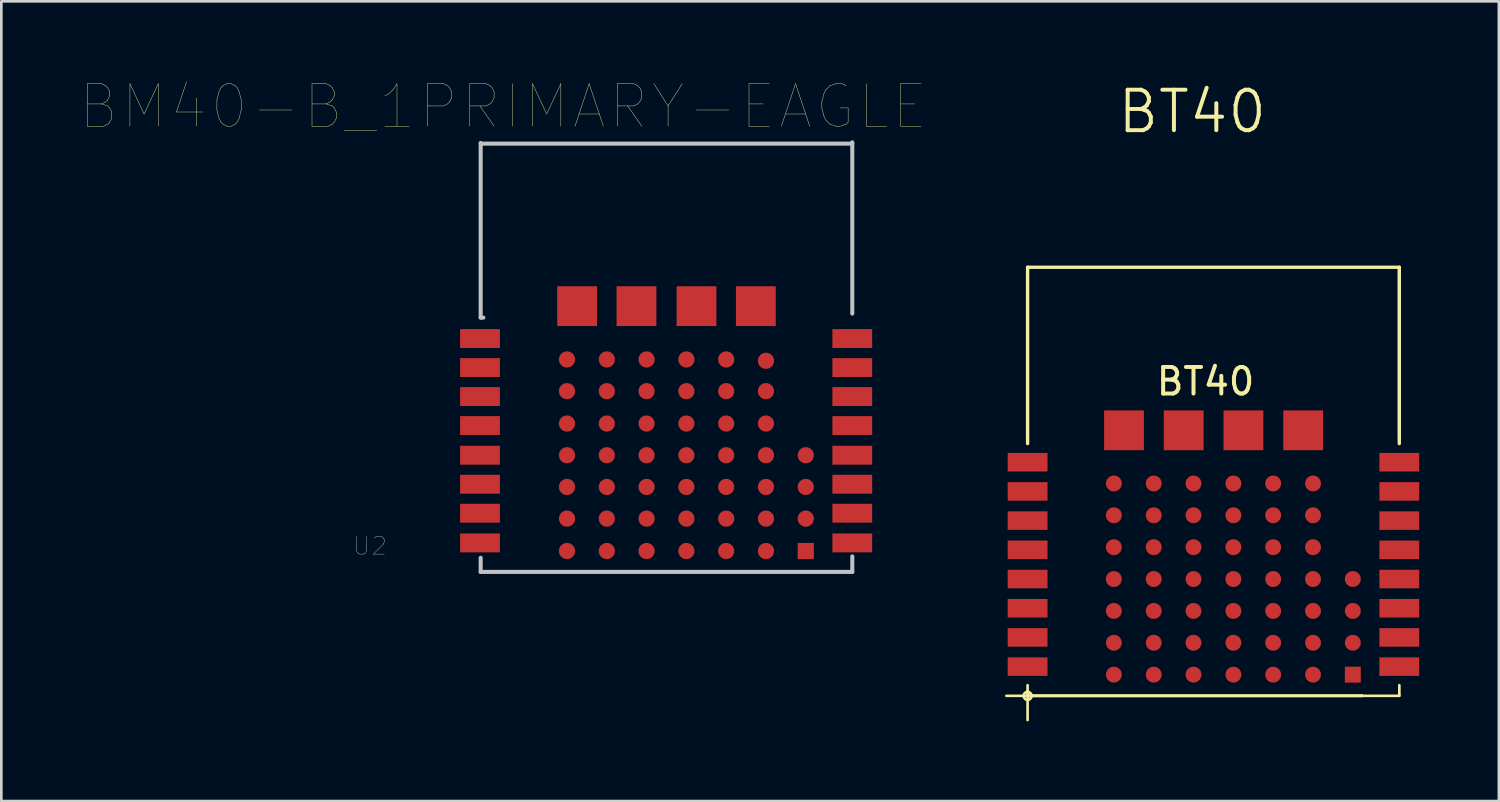
<source format=kicad_pcb>
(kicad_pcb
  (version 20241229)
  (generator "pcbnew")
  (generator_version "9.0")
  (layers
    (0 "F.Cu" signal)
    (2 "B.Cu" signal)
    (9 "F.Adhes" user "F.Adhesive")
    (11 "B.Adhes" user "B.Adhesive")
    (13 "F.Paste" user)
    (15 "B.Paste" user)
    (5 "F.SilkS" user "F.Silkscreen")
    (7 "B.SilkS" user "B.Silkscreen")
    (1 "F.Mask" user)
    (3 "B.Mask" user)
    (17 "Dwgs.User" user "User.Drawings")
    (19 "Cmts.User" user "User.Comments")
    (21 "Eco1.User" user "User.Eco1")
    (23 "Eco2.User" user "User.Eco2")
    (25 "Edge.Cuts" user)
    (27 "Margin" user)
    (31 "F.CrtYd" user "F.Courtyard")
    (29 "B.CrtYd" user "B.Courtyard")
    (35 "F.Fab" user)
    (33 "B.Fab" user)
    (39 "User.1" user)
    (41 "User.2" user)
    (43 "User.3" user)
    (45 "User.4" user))
  (footprint "BM40-B_1PRIMARY-EAGLE"
    (layer "F.Cu")
    (at 15.052 18.488)
    (property "Reference" "BM40-B_1PRIMARY-EAGLE" (at 0.848 -17.526 0) (layer "F.SilkS") (effects (font (size 1.6 1.6) (thickness 0.015))))
    (attr through_hole)
    (fp_line (start 0 -16.129) (end 13.995 -16.129) (stroke (width 0.152) (type solid)) (layer "Dwgs.User"))
    (fp_line (start 0 -9.576) (end 0 -16.154) (stroke (width 0.152) (type solid)) (layer "Dwgs.User"))
    (fp_line (start 0 -9.576) (end 0.102 -9.576) (stroke (width 0.152) (type solid)) (layer "Dwgs.User"))
    (fp_line (start 0 0) (end 0 -0.533) (stroke (width 0.152) (type solid)) (layer "Dwgs.User"))
    (fp_line (start 0 0) (end 13.995 0) (stroke (width 0.152) (type solid)) (layer "Dwgs.User"))
    (fp_line (start 13.995 -9.728) (end 13.995 -16.18) (stroke (width 0.152) (type solid)) (layer "Dwgs.User"))
    (fp_line (start 13.995 0) (end 13.995 -0.584) (stroke (width 0.152) (type solid)) (layer "Dwgs.User"))
    (fp_text user "U2" (at -4.168 -0.978 0) (layer "Dwgs.User") (effects (font (size 0.667 0.667) (thickness 0.015))))
    (pad "1" smd rect (at -0.025 -8.788) (size 1.499 0.711) (layers "F.Cu" "F.Mask" "F.Paste"))
    (pad "2" smd rect (at -0.025 -7.696) (size 1.499 0.711) (layers "F.Cu" "F.Mask" "F.Paste"))
    (pad "3" smd rect (at -0.025 -6.604) (size 1.499 0.711) (layers "F.Cu" "F.Mask" "F.Paste"))
    (pad "4" smd rect (at -0.025 -5.512) (size 1.499 0.711) (layers "F.Cu" "F.Mask" "F.Paste"))
    (pad "5" smd rect (at -0.025 -4.394) (size 1.499 0.711) (layers "F.Cu" "F.Mask" "F.Paste"))
    (pad "6" smd rect (at -0.025 -3.302) (size 1.499 0.711) (layers "F.Cu" "F.Mask" "F.Paste"))
    (pad "7" smd rect (at -0.025 -2.21) (size 1.499 0.711) (layers "F.Cu" "F.Mask" "F.Paste"))
    (pad "8" smd rect (at -0.025 -1.092) (size 1.499 0.711) (layers "F.Cu" "F.Mask" "F.Paste"))
    (pad "9" smd rect (at 13.995 -1.092) (size 1.499 0.711) (layers "F.Cu" "F.Mask" "F.Paste"))
    (pad "10" smd rect (at 13.995 -2.21) (size 1.499 0.711) (layers "F.Cu" "F.Mask" "F.Paste"))
    (pad "11" smd rect (at 13.995 -3.302) (size 1.499 0.711) (layers "F.Cu" "F.Mask" "F.Paste"))
    (pad "12" smd rect (at 13.995 -4.394) (size 1.499 0.711) (layers "F.Cu" "F.Mask" "F.Paste"))
    (pad "13" smd rect (at 13.995 -5.512) (size 1.499 0.711) (layers "F.Cu" "F.Mask" "F.Paste"))
    (pad "14" smd rect (at 13.995 -6.604) (size 1.499 0.711) (layers "F.Cu" "F.Mask" "F.Paste"))
    (pad "15" smd rect (at 13.995 -7.696) (size 1.499 0.711) (layers "F.Cu" "F.Mask" "F.Paste"))
    (pad "16" smd rect (at 13.995 -8.788) (size 1.499 0.711) (layers "F.Cu" "F.Mask" "F.Paste"))
    (pad "17" smd circle (at 4.75 -8.001) (size 0.61 0.61) (layers "F.Cu" "F.Mask" "F.Paste"))
    (pad "18" smd circle (at 4.75 -6.807) (size 0.61 0.61) (layers "F.Cu" "F.Mask" "F.Paste"))
    (pad "19" smd circle (at 4.75 -5.588) (size 0.61 0.61) (layers "F.Cu" "F.Mask" "F.Paste"))
    (pad "20" smd circle (at 4.75 -4.394) (size 0.61 0.61) (layers "F.Cu" "F.Mask" "F.Paste"))
    (pad "21" smd circle (at 4.75 -3.2) (size 0.61 0.61) (layers "F.Cu" "F.Mask" "F.Paste"))
    (pad "22" smd circle (at 4.75 -2.007) (size 0.61 0.61) (layers "F.Cu" "F.Mask" "F.Paste"))
    (pad "23" smd circle (at 4.75 -0.787) (size 0.61 0.61) (layers "F.Cu" "F.Mask" "F.Paste"))
    (pad "24" smd circle (at 6.248 -8.001) (size 0.61 0.61) (layers "F.Cu" "F.Mask" "F.Paste"))
    (pad "25" smd circle (at 6.248 -6.807) (size 0.61 0.61) (layers "F.Cu" "F.Mask" "F.Paste"))
    (pad "26" smd circle (at 6.248 -5.588) (size 0.61 0.61) (layers "F.Cu" "F.Mask" "F.Paste"))
    (pad "27" smd circle (at 6.248 -4.394) (size 0.61 0.61) (layers "F.Cu" "F.Mask" "F.Paste"))
    (pad "28" smd circle (at 6.248 -3.2) (size 0.61 0.61) (layers "F.Cu" "F.Mask" "F.Paste"))
    (pad "29" smd circle (at 6.248 -2.007) (size 0.61 0.61) (layers "F.Cu" "F.Mask" "F.Paste"))
    (pad "30" smd circle (at 6.248 -0.787) (size 0.61 0.61) (layers "F.Cu" "F.Mask" "F.Paste"))
    (pad "31" smd circle (at 7.747 -8.001) (size 0.61 0.61) (layers "F.Cu" "F.Mask" "F.Paste"))
    (pad "32" smd circle (at 7.747 -6.807) (size 0.61 0.61) (layers "F.Cu" "F.Mask" "F.Paste"))
    (pad "33" smd circle (at 7.747 -5.588) (size 0.61 0.61) (layers "F.Cu" "F.Mask" "F.Paste"))
    (pad "34" smd circle (at 7.747 -4.394) (size 0.61 0.61) (layers "F.Cu" "F.Mask" "F.Paste"))
    (pad "35" smd circle (at 7.747 -3.2) (size 0.61 0.61) (layers "F.Cu" "F.Mask" "F.Paste"))
    (pad "36" smd circle (at 7.747 -2.007) (size 0.61 0.61) (layers "F.Cu" "F.Mask" "F.Paste"))
    (pad "37" smd circle (at 7.747 -0.787) (size 0.61 0.61) (layers "F.Cu" "F.Mask" "F.Paste"))
    (pad "38" smd circle (at 9.246 -8.001) (size 0.61 0.61) (layers "F.Cu" "F.Mask" "F.Paste"))
    (pad "39" smd circle (at 9.246 -6.807) (size 0.61 0.61) (layers "F.Cu" "F.Mask" "F.Paste"))
    (pad "40" smd circle (at 9.246 -5.588) (size 0.61 0.61) (layers "F.Cu" "F.Mask" "F.Paste"))
    (pad "41" smd circle (at 9.246 -4.394) (size 0.61 0.61) (layers "F.Cu" "F.Mask" "F.Paste"))
    (pad "42" smd circle (at 9.246 -3.2) (size 0.61 0.61) (layers "F.Cu" "F.Mask" "F.Paste"))
    (pad "43" smd circle (at 9.246 -2.007) (size 0.61 0.61) (layers "F.Cu" "F.Mask" "F.Paste"))
    (pad "44" smd circle (at 9.246 -0.787) (size 0.61 0.61) (layers "F.Cu" "F.Mask" "F.Paste"))
    (pad "45" smd circle (at 10.744 -7.95) (size 0.61 0.61) (layers "F.Cu" "F.Mask" "F.Paste"))
    (pad "46" smd circle (at 10.744 -6.807) (size 0.61 0.61) (layers "F.Cu" "F.Mask" "F.Paste"))
    (pad "47" smd circle (at 10.744 -5.588) (size 0.61 0.61) (layers "F.Cu" "F.Mask" "F.Paste"))
    (pad "48" smd circle (at 10.744 -4.394) (size 0.61 0.61) (layers "F.Cu" "F.Mask" "F.Paste"))
    (pad "49" smd circle (at 10.744 -3.2) (size 0.61 0.61) (layers "F.Cu" "F.Mask" "F.Paste"))
    (pad "50" smd circle (at 10.744 -2.007) (size 0.61 0.61) (layers "F.Cu" "F.Mask" "F.Paste"))
    (pad "51" smd circle (at 10.744 -0.787) (size 0.61 0.61) (layers "F.Cu" "F.Mask" "F.Paste"))
    (pad "52" smd circle (at 12.243 -4.394) (size 0.61 0.61) (layers "F.Cu" "F.Mask" "F.Paste"))
    (pad "53" smd circle (at 12.243 -3.2) (size 0.61 0.61) (layers "F.Cu" "F.Mask" "F.Paste"))
    (pad "54" smd circle (at 12.243 -2.007) (size 0.61 0.61) (layers "F.Cu" "F.Mask" "F.Paste"))
    (pad "55" smd rect (at 12.243 -0.787) (size 0.61 0.61) (layers "F.Cu" "F.Mask" "F.Paste"))
    (pad "56" smd rect (at 3.632 -10.008) (size 1.499 1.499) (layers "F.Cu" "F.Mask" "F.Paste"))
    (pad "57" smd rect (at 5.867 -10.008) (size 1.499 1.499) (layers "F.Cu" "F.Mask" "F.Paste"))
    (pad "58" smd rect (at 8.128 -10.008) (size 1.499 1.499) (layers "F.Cu" "F.Mask" "F.Paste"))
    (pad "59" smd rect (at 10.363 -10.008) (size 1.499 1.499) (layers "F.Cu" "F.Mask" "F.Paste"))
    (pad "60" smd circle (at 3.251 -8.001) (size 0.61 0.61) (layers "F.Cu" "F.Mask" "F.Paste"))
    (pad "61" smd circle (at 3.251 -6.807) (size 0.61 0.61) (layers "F.Cu" "F.Mask" "F.Paste"))
    (pad "62" smd circle (at 3.251 -5.588) (size 0.61 0.61) (layers "F.Cu" "F.Mask" "F.Paste"))
    (pad "63" smd circle (at 3.251 -4.394) (size 0.61 0.61) (layers "F.Cu" "F.Mask" "F.Paste"))
    (pad "64" smd circle (at 3.251 -3.2) (size 0.61 0.61) (layers "F.Cu" "F.Mask" "F.Paste"))
    (pad "65" smd circle (at 3.251 -2.007) (size 0.61 0.61) (layers "F.Cu" "F.Mask" "F.Paste"))
    (pad "66" smd circle (at 3.251 -0.787) (size 0.61 0.61) (layers "F.Cu" "F.Mask" "F.Paste")))
  (footprint "BT40"
    (layer "F.Cu")
    (at 35.649 23.155)
    (property "Reference" "BT40" (at 6.2 -22 0) (layer "F.SilkS") (effects (font (size 1.524 1.524) (thickness 0.15))))
    (attr smd)
    (fp_line (start -0.798 0) (end 0 0) (stroke (width 0.1) (type solid)) (layer "F.SilkS"))
    (fp_line (start 0 -16.14) (end 14 -16.14) (stroke (width 0.127) (type solid)) (layer "F.SilkS"))
    (fp_line (start 0 -9.5) (end 0 -16.14) (stroke (width 0.127) (type solid)) (layer "F.SilkS"))
    (fp_line (start 0 -0.15) (end 0 0) (stroke (width 0.1) (type solid)) (layer "F.SilkS"))
    (fp_line (start 0 0) (end 0 -0.4) (stroke (width 0.1) (type solid)) (layer "F.SilkS"))
    (fp_line (start 0 0) (end 0 0) (stroke (width 0.1) (type solid)) (layer "F.SilkS"))
    (fp_line (start 0 0) (end 12.598 0) (stroke (width 0.1) (type solid)) (layer "F.SilkS"))
    (fp_line (start 0 0.15) (end 0 0) (stroke (width 0.1) (type solid)) (layer "F.SilkS"))
    (fp_line (start 0 0.912) (end 0 0.15) (stroke (width 0.1) (type solid)) (layer "F.SilkS"))
    (fp_line (start 12.598 0) (end 0 0) (stroke (width 0.1) (type solid)) (layer "F.SilkS"))
    (fp_line (start 12.598 0) (end 12.598 0) (stroke (width 0.1) (type solid)) (layer "F.SilkS"))
    (fp_line (start 13.995 -15.997) (end 13.995 -9.723) (stroke (width 0.1) (type solid)) (layer "F.SilkS"))
    (fp_line (start 13.998 -16.14) (end 13.998 -9.5) (stroke (width 0.127) (type solid)) (layer "F.SilkS"))
    (fp_line (start 13.998 0) (end 0 0) (stroke (width 0.1) (type solid)) (layer "F.SilkS"))
    (fp_line (start 14 -15.999) (end 13.998 -15.999) (stroke (width 0.1) (type solid)) (layer "F.SilkS"))
    (fp_line (start 14 -0.4) (end 14 -0.008) (stroke (width 0.1) (type solid)) (layer "F.SilkS"))
    (fp_arc (start 0 -0.14986) (mid 0.14986 0) (end 0 0.14986) (stroke (width 0.1) (type solid)) (layer "F.SilkS"))
    (fp_arc (start 0 0.14986) (mid -0.14986 0) (end 0 -0.14986) (stroke (width 0.1) (type solid)) (layer "F.SilkS"))
    (fp_text user "BT40" (at 6.7 -11.84 0) (layer "F.SilkS") (effects (font (size 1 1) (thickness 0.15))))
    (pad "P$1" smd rect (at 0 -8.799 180) (size 1.499 0.699) (layers "F.Cu" "F.Mask" "F.Paste"))
    (pad "P$2" smd rect (at 0 -7.699) (size 1.499 0.699) (layers "F.Cu" "F.Mask" "F.Paste"))
    (pad "P$3" smd rect (at 0 -6.599) (size 1.499 0.699) (layers "F.Cu" "F.Mask" "F.Paste"))
    (pad "P$4" smd rect (at 0 -5.499) (size 1.499 0.699) (layers "F.Cu" "F.Mask" "F.Paste"))
    (pad "P$5" smd rect (at 0 -4.399) (size 1.499 0.699) (layers "F.Cu" "F.Mask" "F.Paste"))
    (pad "P$6" smd rect (at 0 -3.299) (size 1.499 0.699) (layers "F.Cu" "F.Mask" "F.Paste"))
    (pad "P$7" smd rect (at 0 -2.2) (size 1.499 0.699) (layers "F.Cu" "F.Mask" "F.Paste"))
    (pad "P$8" smd rect (at 0 -1.1) (size 1.499 0.699) (layers "F.Cu" "F.Mask" "F.Paste"))
    (pad "P$9" smd rect (at 13.998 -1.1) (size 1.499 0.699) (layers "F.Cu" "F.Mask" "F.Paste"))
    (pad "P$10" smd rect (at 13.998 -2.2) (size 1.499 0.699) (layers "F.Cu" "F.Mask" "F.Paste"))
    (pad "P$11" smd rect (at 13.998 -3.299) (size 1.499 0.699) (layers "F.Cu" "F.Mask" "F.Paste"))
    (pad "P$12" smd rect (at 13.998 -4.399) (size 1.499 0.699) (layers "F.Cu" "F.Mask" "F.Paste"))
    (pad "P$13" smd rect (at 13.998 -5.499) (size 1.499 0.699) (layers "F.Cu" "F.Mask" "F.Paste"))
    (pad "P$14" smd rect (at 13.998 -6.599) (size 1.499 0.699) (layers "F.Cu" "F.Mask" "F.Paste"))
    (pad "P$15" smd rect (at 13.998 -7.699) (size 1.499 0.699) (layers "F.Cu" "F.Mask" "F.Paste"))
    (pad "P$16" smd rect (at 13.998 -8.799) (size 1.499 0.699) (layers "F.Cu" "F.Mask" "F.Paste"))
    (pad "P$A0" smd circle (at 4.75 -7.998 180) (size 0.599 0.599) (layers "F.Cu" "F.Mask" "F.Paste"))
    (pad "P$A1" smd circle (at 4.75 -6.8 180) (size 0.599 0.599) (layers "F.Cu" "F.Mask" "F.Paste"))
    (pad "P$A2" smd circle (at 4.75 -5.598 180) (size 0.599 0.599) (layers "F.Cu" "F.Mask" "F.Paste"))
    (pad "P$A3" smd circle (at 4.75 -4.399 180) (size 0.599 0.599) (layers "F.Cu" "F.Mask" "F.Paste"))
    (pad "P$A4" smd circle (at 4.75 -3.198 180) (size 0.599 0.599) (layers "F.Cu" "F.Mask" "F.Paste"))
    (pad "P$A5" smd circle (at 4.75 -1.999) (size 0.599 0.599) (layers "F.Cu" "F.Mask" "F.Paste"))
    (pad "P$A6" smd circle (at 4.75 -0.798) (size 0.599 0.599) (layers "F.Cu" "F.Mask" "F.Paste"))
    (pad "P$B0" smd circle (at 6.248 -7.998 180) (size 0.599 0.599) (layers "F.Cu" "F.Mask" "F.Paste"))
    (pad "P$B1" smd circle (at 6.248 -6.8 180) (size 0.599 0.599) (layers "F.Cu" "F.Mask" "F.Paste"))
    (pad "P$B2" smd circle (at 6.248 -5.598 180) (size 0.599 0.599) (layers "F.Cu" "F.Mask" "F.Paste"))
    (pad "P$B3" smd circle (at 6.248 -4.399 180) (size 0.599 0.599) (layers "F.Cu" "F.Mask" "F.Paste"))
    (pad "P$B4" smd circle (at 6.248 -3.198 180) (size 0.599 0.599) (layers "F.Cu" "F.Mask" "F.Paste"))
    (pad "P$B5" smd circle (at 6.248 -1.999 180) (size 0.599 0.599) (layers "F.Cu" "F.Mask" "F.Paste"))
    (pad "P$B6" smd circle (at 6.248 -0.798 180) (size 0.599 0.599) (layers "F.Cu" "F.Mask" "F.Paste"))
    (pad "P$C0" smd circle (at 7.75 -7.998 180) (size 0.599 0.599) (layers "F.Cu" "F.Mask" "F.Paste"))
    (pad "P$C1" smd circle (at 7.75 -6.8 180) (size 0.599 0.599) (layers "F.Cu" "F.Mask" "F.Paste"))
    (pad "P$C2" smd circle (at 7.75 -5.598 180) (size 0.599 0.599) (layers "F.Cu" "F.Mask" "F.Paste"))
    (pad "P$C3" smd circle (at 7.75 -4.399 180) (size 0.599 0.599) (layers "F.Cu" "F.Mask" "F.Paste"))
    (pad "P$C4" smd circle (at 7.75 -3.198 180) (size 0.599 0.599) (layers "F.Cu" "F.Mask" "F.Paste"))
    (pad "P$C5" smd circle (at 7.75 -1.999 180) (size 0.599 0.599) (layers "F.Cu" "F.Mask" "F.Paste"))
    (pad "P$C6" smd circle (at 7.75 -0.798 180) (size 0.599 0.599) (layers "F.Cu" "F.Mask" "F.Paste"))
    (pad "P$D0" smd circle (at 9.248 -7.998 180) (size 0.599 0.599) (layers "F.Cu" "F.Mask" "F.Paste"))
    (pad "P$D1" smd circle (at 9.248 -6.8 180) (size 0.599 0.599) (layers "F.Cu" "F.Mask" "F.Paste"))
    (pad "P$D2" smd circle (at 9.248 -5.598 180) (size 0.599 0.599) (layers "F.Cu" "F.Mask" "F.Paste"))
    (pad "P$D3" smd circle (at 9.248 -4.399 180) (size 0.599 0.599) (layers "F.Cu" "F.Mask" "F.Paste"))
    (pad "P$D4" smd circle (at 9.248 -3.198 180) (size 0.599 0.599) (layers "F.Cu" "F.Mask" "F.Paste"))
    (pad "P$D5" smd circle (at 9.248 -1.999 180) (size 0.599 0.599) (layers "F.Cu" "F.Mask" "F.Paste"))
    (pad "P$D6" smd circle (at 9.248 -0.798 180) (size 0.599 0.599) (layers "F.Cu" "F.Mask" "F.Paste"))
    (pad "P$E0" smd circle (at 10.749 -7.998 180) (size 0.599 0.599) (layers "F.Cu" "F.Mask" "F.Paste"))
    (pad "P$E1" smd circle (at 10.749 -6.8 180) (size 0.599 0.599) (layers "F.Cu" "F.Mask" "F.Paste"))
    (pad "P$E2" smd circle (at 10.749 -5.598 180) (size 0.599 0.599) (layers "F.Cu" "F.Mask" "F.Paste"))
    (pad "P$E3" smd circle (at 10.749 -4.399 180) (size 0.599 0.599) (layers "F.Cu" "F.Mask" "F.Paste"))
    (pad "P$E4" smd circle (at 10.749 -3.198 180) (size 0.599 0.599) (layers "F.Cu" "F.Mask" "F.Paste"))
    (pad "P$E5" smd circle (at 10.749 -1.999) (size 0.599 0.599) (layers "F.Cu" "F.Mask" "F.Paste"))
    (pad "P$E6" smd circle (at 10.749 -0.798) (size 0.599 0.599) (layers "F.Cu" "F.Mask" "F.Paste"))
    (pad "P$F0" smd rect (at 3.63 -10) (size 1.499 1.499) (layers "F.Cu" "F.Mask" "F.Paste"))
    (pad "P$F1" smd rect (at 5.878 -10) (size 1.499 1.499) (layers "F.Cu" "F.Mask" "F.Paste"))
    (pad "P$F2" smd rect (at 8.128 -10) (size 1.499 1.499) (layers "F.Cu" "F.Mask" "F.Paste"))
    (pad "P$F3" smd rect (at 10.378 -10) (size 1.499 1.499) (layers "F.Cu" "F.Mask" "F.Paste"))
    (pad "P$F3" smd circle (at 12.248 -4.399 180) (size 0.599 0.599) (layers "F.Cu" "F.Mask" "F.Paste"))
    (pad "P$F4" smd circle (at 12.248 -3.198 180) (size 0.599 0.599) (layers "F.Cu" "F.Mask" "F.Paste"))
    (pad "P$F5" smd circle (at 12.248 -1.999) (size 0.599 0.599) (layers "F.Cu" "F.Mask" "F.Paste"))
    (pad "P$F6" smd rect (at 12.248 -0.798) (size 0.599 0.599) (layers "F.Cu" "F.Mask" "F.Paste"))
    (pad "P$Z0" smd circle (at 3.249 -7.998 180) (size 0.599 0.599) (layers "F.Cu" "F.Mask" "F.Paste"))
    (pad "P$Z1" smd circle (at 3.249 -6.8 180) (size 0.599 0.599) (layers "F.Cu" "F.Mask" "F.Paste"))
    (pad "P$Z2" smd circle (at 3.249 -5.598 180) (size 0.599 0.599) (layers "F.Cu" "F.Mask" "F.Paste"))
    (pad "P$Z3" smd circle (at 3.249 -4.399 180) (size 0.599 0.599) (layers "F.Cu" "F.Mask" "F.Paste"))
    (pad "P$Z4" smd circle (at 3.249 -3.198 180) (size 0.599 0.599) (layers "F.Cu" "F.Mask" "F.Paste"))
    (pad "P$Z5" smd circle (at 3.249 -1.999) (size 0.599 0.599) (layers "F.Cu" "F.Mask" "F.Paste"))
    (pad "P$Z6" smd circle (at 3.249 -0.798) (size 0.599 0.599) (layers "F.Cu" "F.Mask" "F.Paste")))
  (gr_rect
    (start -3 -3)
    (end 53.396 27.117)
    (stroke (width 0.1) (type default))
    (fill no)
    (layer "Edge.Cuts")))
</source>
